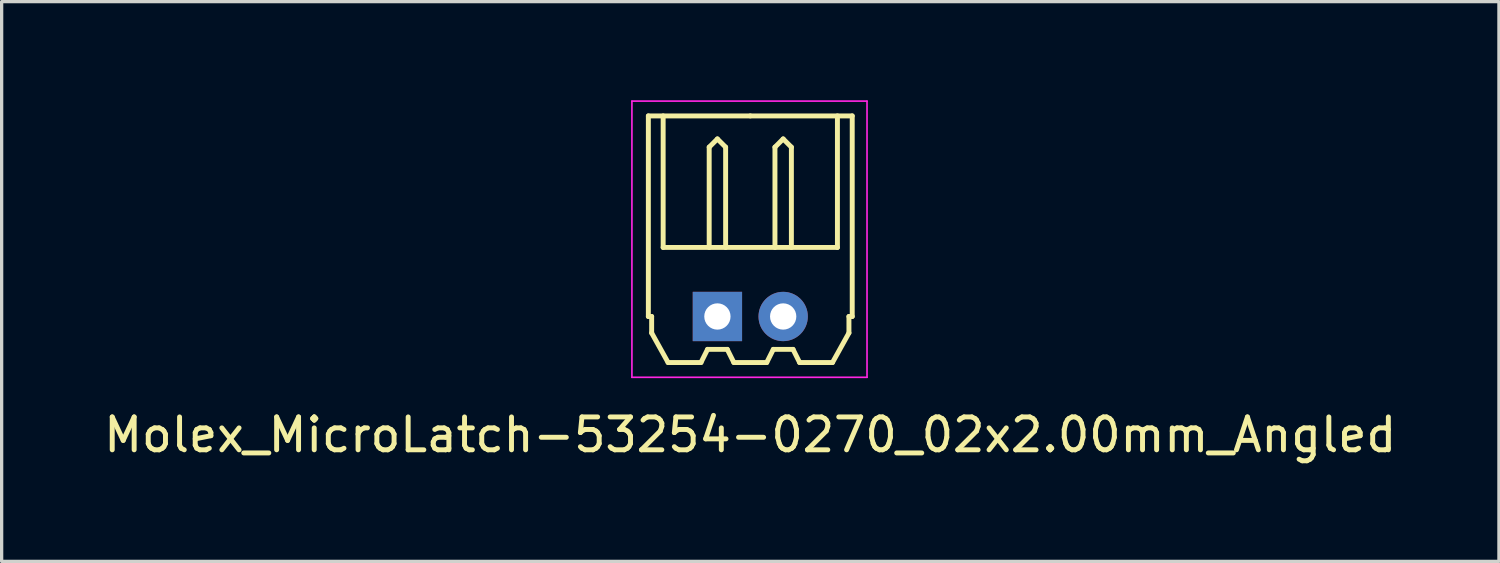
<source format=kicad_pcb>
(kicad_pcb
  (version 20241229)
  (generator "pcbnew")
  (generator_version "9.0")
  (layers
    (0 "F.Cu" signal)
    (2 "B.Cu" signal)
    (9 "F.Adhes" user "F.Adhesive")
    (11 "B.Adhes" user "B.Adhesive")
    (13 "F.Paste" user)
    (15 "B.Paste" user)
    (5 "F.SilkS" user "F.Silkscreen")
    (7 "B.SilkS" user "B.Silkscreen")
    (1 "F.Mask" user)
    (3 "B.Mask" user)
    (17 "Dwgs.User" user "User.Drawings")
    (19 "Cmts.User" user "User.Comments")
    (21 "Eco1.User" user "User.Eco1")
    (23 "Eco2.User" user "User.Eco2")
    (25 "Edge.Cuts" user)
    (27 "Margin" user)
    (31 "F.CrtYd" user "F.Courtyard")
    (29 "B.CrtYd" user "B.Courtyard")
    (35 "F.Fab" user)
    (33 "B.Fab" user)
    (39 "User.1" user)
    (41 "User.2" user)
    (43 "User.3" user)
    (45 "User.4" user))
  (footprint "Molex_MicroLatch-53254-0270_02x2.00mm_Angled"
    (layer "F.Cu")
    (at 18.768 6.575)
    (property "Reference" "Molex_MicroLatch-53254-0270_02x2.00mm_Angled" (at 1 3.6 0) (layer "F.SilkS") (effects (font (size 1 1) (thickness 0.15))))
    (attr through_hole)
    (fp_line (start -2.1 -6.1) (end 1 -6.1) (stroke (width 0.15) (type solid)) (layer "F.SilkS"))
    (fp_line (start -2.1 0) (end -2.1 -6.1) (stroke (width 0.15) (type solid)) (layer "F.SilkS"))
    (fp_line (start -2 0) (end -2.1 0) (stroke (width 0.15) (type solid)) (layer "F.SilkS"))
    (fp_line (start -2 0.5) (end -2 0) (stroke (width 0.15) (type solid)) (layer "F.SilkS"))
    (fp_line (start -1.65 -6.1) (end -1.65 -2.1) (stroke (width 0.15) (type solid)) (layer "F.SilkS"))
    (fp_line (start -1.65 -2.1) (end 3.65 -2.1) (stroke (width 0.15) (type solid)) (layer "F.SilkS"))
    (fp_line (start -1.5 1.4) (end -2 0.5) (stroke (width 0.15) (type solid)) (layer "F.SilkS"))
    (fp_line (start -0.5 1.4) (end -1.5 1.4) (stroke (width 0.15) (type solid)) (layer "F.SilkS"))
    (fp_line (start -0.3 1) (end -0.5 1.4) (stroke (width 0.15) (type solid)) (layer "F.SilkS"))
    (fp_line (start -0.3 1) (end 0.3 1) (stroke (width 0.15) (type solid)) (layer "F.SilkS"))
    (fp_line (start -0.25 -5.15) (end 0 -5.4) (stroke (width 0.15) (type solid)) (layer "F.SilkS"))
    (fp_line (start -0.25 -2.1) (end -0.25 -5.15) (stroke (width 0.15) (type solid)) (layer "F.SilkS"))
    (fp_line (start 0 -5.4) (end 0.25 -5.15) (stroke (width 0.15) (type solid)) (layer "F.SilkS"))
    (fp_line (start 0.25 -5.15) (end 0.25 -2.1) (stroke (width 0.15) (type solid)) (layer "F.SilkS"))
    (fp_line (start 0.3 1) (end 0.5 1.4) (stroke (width 0.15) (type solid)) (layer "F.SilkS"))
    (fp_line (start 0.5 1.4) (end 1.5 1.4) (stroke (width 0.15) (type solid)) (layer "F.SilkS"))
    (fp_line (start 1.5 1.4) (end 1.7 1) (stroke (width 0.15) (type solid)) (layer "F.SilkS"))
    (fp_line (start 1.7 1) (end 2.3 1) (stroke (width 0.15) (type solid)) (layer "F.SilkS"))
    (fp_line (start 1.75 -5.15) (end 2 -5.4) (stroke (width 0.15) (type solid)) (layer "F.SilkS"))
    (fp_line (start 1.75 -2.1) (end 1.75 -5.15) (stroke (width 0.15) (type solid)) (layer "F.SilkS"))
    (fp_line (start 2 -5.4) (end 2.25 -5.15) (stroke (width 0.15) (type solid)) (layer "F.SilkS"))
    (fp_line (start 2.25 -5.15) (end 2.25 -2.1) (stroke (width 0.15) (type solid)) (layer "F.SilkS"))
    (fp_line (start 2.3 1) (end 2.5 1.4) (stroke (width 0.15) (type solid)) (layer "F.SilkS"))
    (fp_line (start 2.5 1.4) (end 3.5 1.4) (stroke (width 0.15) (type solid)) (layer "F.SilkS"))
    (fp_line (start 3.5 1.4) (end 4 0.5) (stroke (width 0.15) (type solid)) (layer "F.SilkS"))
    (fp_line (start 3.65 -2.1) (end 3.65 -6.1) (stroke (width 0.15) (type solid)) (layer "F.SilkS"))
    (fp_line (start 4 0) (end 4.1 0) (stroke (width 0.15) (type solid)) (layer "F.SilkS"))
    (fp_line (start 4 0.5) (end 4 0) (stroke (width 0.15) (type solid)) (layer "F.SilkS"))
    (fp_line (start 4.1 -6.1) (end 1 -6.1) (stroke (width 0.15) (type solid)) (layer "F.SilkS"))
    (fp_line (start 4.1 0) (end 4.1 -6.1) (stroke (width 0.15) (type solid)) (layer "F.SilkS"))
    (fp_line (start -2.6 -6.55) (end -2.6 1.85) (stroke (width 0.05) (type solid)) (layer "F.CrtYd"))
    (fp_line (start -2.6 1.85) (end 4.55 1.85) (stroke (width 0.05) (type solid)) (layer "F.CrtYd"))
    (fp_line (start 4.55 -6.55) (end -2.6 -6.55) (stroke (width 0.05) (type solid)) (layer "F.CrtYd"))
    (fp_line (start 4.55 1.85) (end 4.55 -6.55) (stroke (width 0.05) (type solid)) (layer "F.CrtYd"))
    (pad "1" thru_hole circle (at 2 0) (size 1.5 1.5) (drill 0.8) (layers "*.Cu" "*.Mask"))
    (pad "2" thru_hole rect (at 0 0) (size 1.5 1.5) (drill 0.8) (layers "*.Cu" "*.Mask")))
  (gr_rect
    (start -3 -3)
    (end 42.536 14.023)
    (stroke (width 0.1) (type default))
    (fill no)
    (layer "Edge.Cuts")))
</source>
